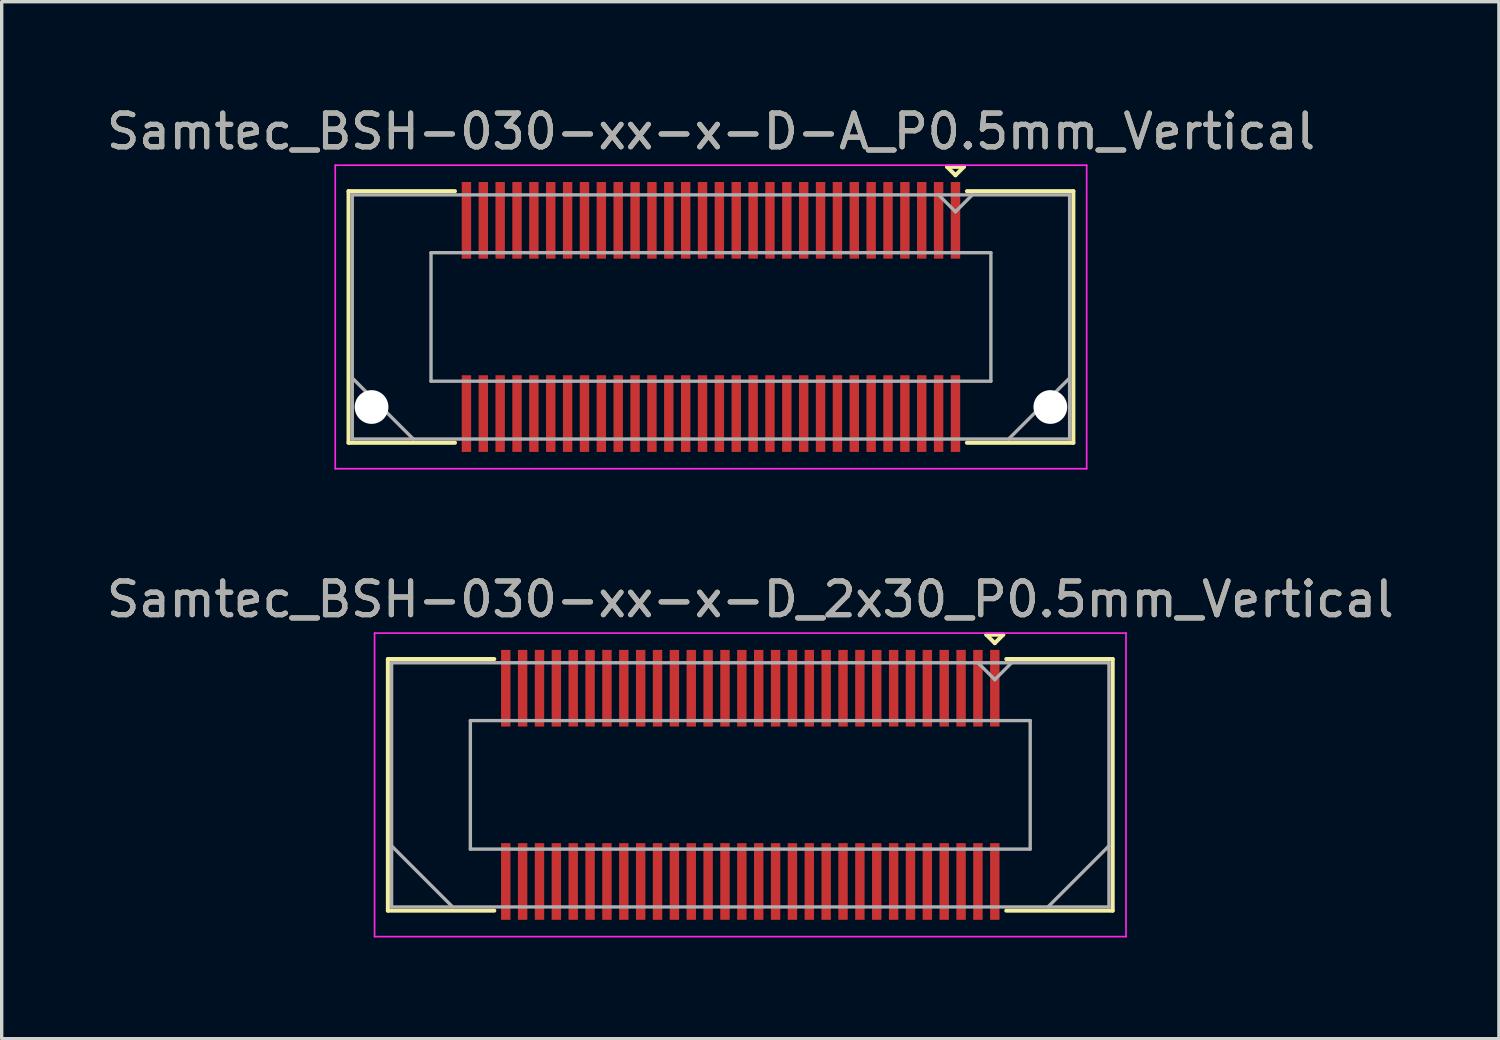
<source format=kicad_pcb>
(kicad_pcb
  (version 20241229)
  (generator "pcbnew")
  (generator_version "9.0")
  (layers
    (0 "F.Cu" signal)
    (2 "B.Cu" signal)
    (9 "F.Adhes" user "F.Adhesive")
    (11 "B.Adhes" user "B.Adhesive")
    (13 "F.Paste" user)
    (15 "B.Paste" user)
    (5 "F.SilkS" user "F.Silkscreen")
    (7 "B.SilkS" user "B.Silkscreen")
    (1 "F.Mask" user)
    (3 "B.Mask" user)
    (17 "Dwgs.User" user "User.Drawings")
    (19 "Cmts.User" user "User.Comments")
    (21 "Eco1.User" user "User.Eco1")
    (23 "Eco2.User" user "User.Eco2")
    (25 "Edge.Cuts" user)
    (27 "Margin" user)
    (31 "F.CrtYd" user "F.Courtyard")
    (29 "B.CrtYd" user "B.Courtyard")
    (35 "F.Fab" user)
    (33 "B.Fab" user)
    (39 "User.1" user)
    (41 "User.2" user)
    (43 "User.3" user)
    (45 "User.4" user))
  (footprint "Samtec_BSH-030-xx-x-D-A_P0.5mm_Vertical"
    (layer "F.Cu")
    (at 18.03 6.348)
    (property "Reference" "Samtec_BSH-030-xx-x-D-A_P0.5mm_Vertical" (at 0 -5.5 0) (layer "F.SilkS") (effects (font (size 1 1) (thickness 0.15))))
    (attr smd)
    (fp_line (start -10.745 -3.73) (end -7.59 -3.73) (stroke (width 0.12) (type solid)) (layer "F.SilkS"))
    (fp_line (start -10.745 3.73) (end -10.745 -3.73) (stroke (width 0.12) (type solid)) (layer "F.SilkS"))
    (fp_line (start -7.59 3.73) (end -10.745 3.73) (stroke (width 0.12) (type solid)) (layer "F.SilkS"))
    (fp_line (start 7 -4.452) (end 7.5 -4.452) (stroke (width 0.12) (type solid)) (layer "F.SilkS"))
    (fp_line (start 7.25 -4.202) (end 7 -4.452) (stroke (width 0.12) (type solid)) (layer "F.SilkS"))
    (fp_line (start 7.5 -4.452) (end 7.25 -4.202) (stroke (width 0.12) (type solid)) (layer "F.SilkS"))
    (fp_line (start 7.59 3.73) (end 10.745 3.73) (stroke (width 0.12) (type solid)) (layer "F.SilkS"))
    (fp_line (start 10.745 -3.73) (end 7.59 -3.73) (stroke (width 0.12) (type solid)) (layer "F.SilkS"))
    (fp_line (start 10.745 3.73) (end 10.745 -3.73) (stroke (width 0.12) (type solid)) (layer "F.SilkS"))
    (fp_line (start -11.14 -4.5) (end -11.14 4.5) (stroke (width 0.05) (type solid)) (layer "F.CrtYd"))
    (fp_line (start -11.14 4.5) (end 11.14 4.5) (stroke (width 0.05) (type solid)) (layer "F.CrtYd"))
    (fp_line (start 11.14 -4.5) (end -11.14 -4.5) (stroke (width 0.05) (type solid)) (layer "F.CrtYd"))
    (fp_line (start 11.14 4.5) (end 11.14 -4.5) (stroke (width 0.05) (type solid)) (layer "F.CrtYd"))
    (fp_line (start -10.635 -3.62) (end -10.635 3.62) (stroke (width 0.1) (type solid)) (layer "F.Fab"))
    (fp_line (start -10.635 1.81) (end -8.825 3.62) (stroke (width 0.1) (type solid)) (layer "F.Fab"))
    (fp_line (start -10.635 3.62) (end 10.635 3.62) (stroke (width 0.1) (type solid)) (layer "F.Fab"))
    (fp_line (start -8.3 -1.905) (end -8.3 1.905) (stroke (width 0.1) (type solid)) (layer "F.Fab"))
    (fp_line (start -8.3 1.905) (end 8.3 1.905) (stroke (width 0.1) (type solid)) (layer "F.Fab"))
    (fp_line (start 7.25 -3.12) (end 6.75 -3.62) (stroke (width 0.1) (type solid)) (layer "F.Fab"))
    (fp_line (start 7.75 -3.62) (end 7.25 -3.12) (stroke (width 0.1) (type solid)) (layer "F.Fab"))
    (fp_line (start 8.3 -1.905) (end -8.3 -1.905) (stroke (width 0.1) (type solid)) (layer "F.Fab"))
    (fp_line (start 8.3 1.905) (end 8.3 -1.905) (stroke (width 0.1) (type solid)) (layer "F.Fab"))
    (fp_line (start 10.635 -3.62) (end -10.635 -3.62) (stroke (width 0.1) (type solid)) (layer "F.Fab"))
    (fp_line (start 10.635 1.81) (end 8.825 3.62) (stroke (width 0.1) (type solid)) (layer "F.Fab"))
    (fp_line (start 10.635 3.62) (end 10.635 -3.62) (stroke (width 0.1) (type solid)) (layer "F.Fab"))
    (fp_text user "${REFERENCE}" (at 0 -5.5 0) (layer "F.Fab") (effects (font (size 1 1) (thickness 0.15))))
    (pad "" np_thru_hole circle (at -10.063 2.67) (size 1 1) (drill 1) (layers "*.Cu" "*.Mask"))
    (pad "" np_thru_hole circle (at 10.063 2.67) (size 1 1) (drill 1) (layers "*.Cu" "*.Mask"))
    (pad "1" smd rect (at 7.25 -2.865) (size 0.279 2.273) (layers "F.Cu" "F.Mask" "F.Paste"))
    (pad "2" smd rect (at 7.25 2.865) (size 0.279 2.273) (layers "F.Cu" "F.Mask" "F.Paste"))
    (pad "3" smd rect (at 6.75 -2.865) (size 0.279 2.273) (layers "F.Cu" "F.Mask" "F.Paste"))
    (pad "4" smd rect (at 6.75 2.865) (size 0.279 2.273) (layers "F.Cu" "F.Mask" "F.Paste"))
    (pad "5" smd rect (at 6.25 -2.865) (size 0.279 2.273) (layers "F.Cu" "F.Mask" "F.Paste"))
    (pad "6" smd rect (at 6.25 2.865) (size 0.279 2.273) (layers "F.Cu" "F.Mask" "F.Paste"))
    (pad "7" smd rect (at 5.75 -2.865) (size 0.279 2.273) (layers "F.Cu" "F.Mask" "F.Paste"))
    (pad "8" smd rect (at 5.75 2.865) (size 0.279 2.273) (layers "F.Cu" "F.Mask" "F.Paste"))
    (pad "9" smd rect (at 5.25 -2.865) (size 0.279 2.273) (layers "F.Cu" "F.Mask" "F.Paste"))
    (pad "10" smd rect (at 5.25 2.865) (size 0.279 2.273) (layers "F.Cu" "F.Mask" "F.Paste"))
    (pad "11" smd rect (at 4.75 -2.865) (size 0.279 2.273) (layers "F.Cu" "F.Mask" "F.Paste"))
    (pad "12" smd rect (at 4.75 2.865) (size 0.279 2.273) (layers "F.Cu" "F.Mask" "F.Paste"))
    (pad "13" smd rect (at 4.25 -2.865) (size 0.279 2.273) (layers "F.Cu" "F.Mask" "F.Paste"))
    (pad "14" smd rect (at 4.25 2.865) (size 0.279 2.273) (layers "F.Cu" "F.Mask" "F.Paste"))
    (pad "15" smd rect (at 3.75 -2.865) (size 0.279 2.273) (layers "F.Cu" "F.Mask" "F.Paste"))
    (pad "16" smd rect (at 3.75 2.865) (size 0.279 2.273) (layers "F.Cu" "F.Mask" "F.Paste"))
    (pad "17" smd rect (at 3.25 -2.865) (size 0.279 2.273) (layers "F.Cu" "F.Mask" "F.Paste"))
    (pad "18" smd rect (at 3.25 2.865) (size 0.279 2.273) (layers "F.Cu" "F.Mask" "F.Paste"))
    (pad "19" smd rect (at 2.75 -2.865) (size 0.279 2.273) (layers "F.Cu" "F.Mask" "F.Paste"))
    (pad "20" smd rect (at 2.75 2.865) (size 0.279 2.273) (layers "F.Cu" "F.Mask" "F.Paste"))
    (pad "21" smd rect (at 2.25 -2.865) (size 0.279 2.273) (layers "F.Cu" "F.Mask" "F.Paste"))
    (pad "22" smd rect (at 2.25 2.865) (size 0.279 2.273) (layers "F.Cu" "F.Mask" "F.Paste"))
    (pad "23" smd rect (at 1.75 -2.865) (size 0.279 2.273) (layers "F.Cu" "F.Mask" "F.Paste"))
    (pad "24" smd rect (at 1.75 2.865) (size 0.279 2.273) (layers "F.Cu" "F.Mask" "F.Paste"))
    (pad "25" smd rect (at 1.25 -2.865) (size 0.279 2.273) (layers "F.Cu" "F.Mask" "F.Paste"))
    (pad "26" smd rect (at 1.25 2.865) (size 0.279 2.273) (layers "F.Cu" "F.Mask" "F.Paste"))
    (pad "27" smd rect (at 0.75 -2.865) (size 0.279 2.273) (layers "F.Cu" "F.Mask" "F.Paste"))
    (pad "28" smd rect (at 0.75 2.865) (size 0.279 2.273) (layers "F.Cu" "F.Mask" "F.Paste"))
    (pad "29" smd rect (at 0.25 -2.865) (size 0.279 2.273) (layers "F.Cu" "F.Mask" "F.Paste"))
    (pad "30" smd rect (at 0.25 2.865) (size 0.279 2.273) (layers "F.Cu" "F.Mask" "F.Paste"))
    (pad "31" smd rect (at -0.25 -2.865) (size 0.279 2.273) (layers "F.Cu" "F.Mask" "F.Paste"))
    (pad "32" smd rect (at -0.25 2.865) (size 0.279 2.273) (layers "F.Cu" "F.Mask" "F.Paste"))
    (pad "33" smd rect (at -0.75 -2.865) (size 0.279 2.273) (layers "F.Cu" "F.Mask" "F.Paste"))
    (pad "34" smd rect (at -0.75 2.865) (size 0.279 2.273) (layers "F.Cu" "F.Mask" "F.Paste"))
    (pad "35" smd rect (at -1.25 -2.865) (size 0.279 2.273) (layers "F.Cu" "F.Mask" "F.Paste"))
    (pad "36" smd rect (at -1.25 2.865) (size 0.279 2.273) (layers "F.Cu" "F.Mask" "F.Paste"))
    (pad "37" smd rect (at -1.75 -2.865) (size 0.279 2.273) (layers "F.Cu" "F.Mask" "F.Paste"))
    (pad "38" smd rect (at -1.75 2.865) (size 0.279 2.273) (layers "F.Cu" "F.Mask" "F.Paste"))
    (pad "39" smd rect (at -2.25 -2.865) (size 0.279 2.273) (layers "F.Cu" "F.Mask" "F.Paste"))
    (pad "40" smd rect (at -2.25 2.865) (size 0.279 2.273) (layers "F.Cu" "F.Mask" "F.Paste"))
    (pad "41" smd rect (at -2.75 -2.865) (size 0.279 2.273) (layers "F.Cu" "F.Mask" "F.Paste"))
    (pad "42" smd rect (at -2.75 2.865) (size 0.279 2.273) (layers "F.Cu" "F.Mask" "F.Paste"))
    (pad "43" smd rect (at -3.25 -2.865) (size 0.279 2.273) (layers "F.Cu" "F.Mask" "F.Paste"))
    (pad "44" smd rect (at -3.25 2.865) (size 0.279 2.273) (layers "F.Cu" "F.Mask" "F.Paste"))
    (pad "45" smd rect (at -3.75 -2.865) (size 0.279 2.273) (layers "F.Cu" "F.Mask" "F.Paste"))
    (pad "46" smd rect (at -3.75 2.865) (size 0.279 2.273) (layers "F.Cu" "F.Mask" "F.Paste"))
    (pad "47" smd rect (at -4.25 -2.865) (size 0.279 2.273) (layers "F.Cu" "F.Mask" "F.Paste"))
    (pad "48" smd rect (at -4.25 2.865) (size 0.279 2.273) (layers "F.Cu" "F.Mask" "F.Paste"))
    (pad "49" smd rect (at -4.75 -2.865) (size 0.279 2.273) (layers "F.Cu" "F.Mask" "F.Paste"))
    (pad "50" smd rect (at -4.75 2.865) (size 0.279 2.273) (layers "F.Cu" "F.Mask" "F.Paste"))
    (pad "51" smd rect (at -5.25 -2.865) (size 0.279 2.273) (layers "F.Cu" "F.Mask" "F.Paste"))
    (pad "52" smd rect (at -5.25 2.865) (size 0.279 2.273) (layers "F.Cu" "F.Mask" "F.Paste"))
    (pad "53" smd rect (at -5.75 -2.865) (size 0.279 2.273) (layers "F.Cu" "F.Mask" "F.Paste"))
    (pad "54" smd rect (at -5.75 2.865) (size 0.279 2.273) (layers "F.Cu" "F.Mask" "F.Paste"))
    (pad "55" smd rect (at -6.25 -2.865) (size 0.279 2.273) (layers "F.Cu" "F.Mask" "F.Paste"))
    (pad "56" smd rect (at -6.25 2.865) (size 0.279 2.273) (layers "F.Cu" "F.Mask" "F.Paste"))
    (pad "57" smd rect (at -6.75 -2.865) (size 0.279 2.273) (layers "F.Cu" "F.Mask" "F.Paste"))
    (pad "58" smd rect (at -6.75 2.865) (size 0.279 2.273) (layers "F.Cu" "F.Mask" "F.Paste"))
    (pad "59" smd rect (at -7.25 -2.865) (size 0.279 2.273) (layers "F.Cu" "F.Mask" "F.Paste"))
    (pad "60" smd rect (at -7.25 2.865) (size 0.279 2.273) (layers "F.Cu" "F.Mask" "F.Paste")))
  (footprint "Samtec_BSH-030-xx-x-D_2x30_P0.5mm_Vertical"
    (layer "F.Cu")
    (at 19.196 20.221)
    (property "Reference" "Samtec_BSH-030-xx-x-D_2x30_P0.5mm_Vertical" (at 0 -5.5 0) (layer "F.SilkS") (effects (font (size 1 1) (thickness 0.15))))
    (attr smd)
    (fp_line (start -10.745 -3.73) (end -7.59 -3.73) (stroke (width 0.12) (type solid)) (layer "F.SilkS"))
    (fp_line (start -10.745 3.73) (end -10.745 -3.73) (stroke (width 0.12) (type solid)) (layer "F.SilkS"))
    (fp_line (start -7.59 3.73) (end -10.745 3.73) (stroke (width 0.12) (type solid)) (layer "F.SilkS"))
    (fp_line (start 7 -4.452) (end 7.5 -4.452) (stroke (width 0.12) (type solid)) (layer "F.SilkS"))
    (fp_line (start 7.25 -4.202) (end 7 -4.452) (stroke (width 0.12) (type solid)) (layer "F.SilkS"))
    (fp_line (start 7.5 -4.452) (end 7.25 -4.202) (stroke (width 0.12) (type solid)) (layer "F.SilkS"))
    (fp_line (start 7.59 3.73) (end 10.745 3.73) (stroke (width 0.12) (type solid)) (layer "F.SilkS"))
    (fp_line (start 10.745 -3.73) (end 7.59 -3.73) (stroke (width 0.12) (type solid)) (layer "F.SilkS"))
    (fp_line (start 10.745 3.73) (end 10.745 -3.73) (stroke (width 0.12) (type solid)) (layer "F.SilkS"))
    (fp_line (start -11.14 -4.5) (end -11.14 4.5) (stroke (width 0.05) (type solid)) (layer "F.CrtYd"))
    (fp_line (start -11.14 4.5) (end 11.14 4.5) (stroke (width 0.05) (type solid)) (layer "F.CrtYd"))
    (fp_line (start 11.14 -4.5) (end -11.14 -4.5) (stroke (width 0.05) (type solid)) (layer "F.CrtYd"))
    (fp_line (start 11.14 4.5) (end 11.14 -4.5) (stroke (width 0.05) (type solid)) (layer "F.CrtYd"))
    (fp_line (start -10.635 -3.62) (end -10.635 3.62) (stroke (width 0.1) (type solid)) (layer "F.Fab"))
    (fp_line (start -10.635 1.81) (end -8.825 3.62) (stroke (width 0.1) (type solid)) (layer "F.Fab"))
    (fp_line (start -10.635 3.62) (end 10.635 3.62) (stroke (width 0.1) (type solid)) (layer "F.Fab"))
    (fp_line (start -8.3 -1.905) (end -8.3 1.905) (stroke (width 0.1) (type solid)) (layer "F.Fab"))
    (fp_line (start -8.3 1.905) (end 8.3 1.905) (stroke (width 0.1) (type solid)) (layer "F.Fab"))
    (fp_line (start 7.25 -3.12) (end 6.75 -3.62) (stroke (width 0.1) (type solid)) (layer "F.Fab"))
    (fp_line (start 7.75 -3.62) (end 7.25 -3.12) (stroke (width 0.1) (type solid)) (layer "F.Fab"))
    (fp_line (start 8.3 -1.905) (end -8.3 -1.905) (stroke (width 0.1) (type solid)) (layer "F.Fab"))
    (fp_line (start 8.3 1.905) (end 8.3 -1.905) (stroke (width 0.1) (type solid)) (layer "F.Fab"))
    (fp_line (start 10.635 -3.62) (end -10.635 -3.62) (stroke (width 0.1) (type solid)) (layer "F.Fab"))
    (fp_line (start 10.635 1.81) (end 8.825 3.62) (stroke (width 0.1) (type solid)) (layer "F.Fab"))
    (fp_line (start 10.635 3.62) (end 10.635 -3.62) (stroke (width 0.1) (type solid)) (layer "F.Fab"))
    (fp_text user "${REFERENCE}" (at 0 -5.5 0) (layer "F.Fab") (effects (font (size 1 1) (thickness 0.15))))
    (pad "1" smd rect (at 7.25 -2.865) (size 0.279 2.273) (layers "F.Cu" "F.Mask" "F.Paste"))
    (pad "2" smd rect (at 7.25 2.865) (size 0.279 2.273) (layers "F.Cu" "F.Mask" "F.Paste"))
    (pad "3" smd rect (at 6.75 -2.865) (size 0.279 2.273) (layers "F.Cu" "F.Mask" "F.Paste"))
    (pad "4" smd rect (at 6.75 2.865) (size 0.279 2.273) (layers "F.Cu" "F.Mask" "F.Paste"))
    (pad "5" smd rect (at 6.25 -2.865) (size 0.279 2.273) (layers "F.Cu" "F.Mask" "F.Paste"))
    (pad "6" smd rect (at 6.25 2.865) (size 0.279 2.273) (layers "F.Cu" "F.Mask" "F.Paste"))
    (pad "7" smd rect (at 5.75 -2.865) (size 0.279 2.273) (layers "F.Cu" "F.Mask" "F.Paste"))
    (pad "8" smd rect (at 5.75 2.865) (size 0.279 2.273) (layers "F.Cu" "F.Mask" "F.Paste"))
    (pad "9" smd rect (at 5.25 -2.865) (size 0.279 2.273) (layers "F.Cu" "F.Mask" "F.Paste"))
    (pad "10" smd rect (at 5.25 2.865) (size 0.279 2.273) (layers "F.Cu" "F.Mask" "F.Paste"))
    (pad "11" smd rect (at 4.75 -2.865) (size 0.279 2.273) (layers "F.Cu" "F.Mask" "F.Paste"))
    (pad "12" smd rect (at 4.75 2.865) (size 0.279 2.273) (layers "F.Cu" "F.Mask" "F.Paste"))
    (pad "13" smd rect (at 4.25 -2.865) (size 0.279 2.273) (layers "F.Cu" "F.Mask" "F.Paste"))
    (pad "14" smd rect (at 4.25 2.865) (size 0.279 2.273) (layers "F.Cu" "F.Mask" "F.Paste"))
    (pad "15" smd rect (at 3.75 -2.865) (size 0.279 2.273) (layers "F.Cu" "F.Mask" "F.Paste"))
    (pad "16" smd rect (at 3.75 2.865) (size 0.279 2.273) (layers "F.Cu" "F.Mask" "F.Paste"))
    (pad "17" smd rect (at 3.25 -2.865) (size 0.279 2.273) (layers "F.Cu" "F.Mask" "F.Paste"))
    (pad "18" smd rect (at 3.25 2.865) (size 0.279 2.273) (layers "F.Cu" "F.Mask" "F.Paste"))
    (pad "19" smd rect (at 2.75 -2.865) (size 0.279 2.273) (layers "F.Cu" "F.Mask" "F.Paste"))
    (pad "20" smd rect (at 2.75 2.865) (size 0.279 2.273) (layers "F.Cu" "F.Mask" "F.Paste"))
    (pad "21" smd rect (at 2.25 -2.865) (size 0.279 2.273) (layers "F.Cu" "F.Mask" "F.Paste"))
    (pad "22" smd rect (at 2.25 2.865) (size 0.279 2.273) (layers "F.Cu" "F.Mask" "F.Paste"))
    (pad "23" smd rect (at 1.75 -2.865) (size 0.279 2.273) (layers "F.Cu" "F.Mask" "F.Paste"))
    (pad "24" smd rect (at 1.75 2.865) (size 0.279 2.273) (layers "F.Cu" "F.Mask" "F.Paste"))
    (pad "25" smd rect (at 1.25 -2.865) (size 0.279 2.273) (layers "F.Cu" "F.Mask" "F.Paste"))
    (pad "26" smd rect (at 1.25 2.865) (size 0.279 2.273) (layers "F.Cu" "F.Mask" "F.Paste"))
    (pad "27" smd rect (at 0.75 -2.865) (size 0.279 2.273) (layers "F.Cu" "F.Mask" "F.Paste"))
    (pad "28" smd rect (at 0.75 2.865) (size 0.279 2.273) (layers "F.Cu" "F.Mask" "F.Paste"))
    (pad "29" smd rect (at 0.25 -2.865) (size 0.279 2.273) (layers "F.Cu" "F.Mask" "F.Paste"))
    (pad "30" smd rect (at 0.25 2.865) (size 0.279 2.273) (layers "F.Cu" "F.Mask" "F.Paste"))
    (pad "31" smd rect (at -0.25 -2.865) (size 0.279 2.273) (layers "F.Cu" "F.Mask" "F.Paste"))
    (pad "32" smd rect (at -0.25 2.865) (size 0.279 2.273) (layers "F.Cu" "F.Mask" "F.Paste"))
    (pad "33" smd rect (at -0.75 -2.865) (size 0.279 2.273) (layers "F.Cu" "F.Mask" "F.Paste"))
    (pad "34" smd rect (at -0.75 2.865) (size 0.279 2.273) (layers "F.Cu" "F.Mask" "F.Paste"))
    (pad "35" smd rect (at -1.25 -2.865) (size 0.279 2.273) (layers "F.Cu" "F.Mask" "F.Paste"))
    (pad "36" smd rect (at -1.25 2.865) (size 0.279 2.273) (layers "F.Cu" "F.Mask" "F.Paste"))
    (pad "37" smd rect (at -1.75 -2.865) (size 0.279 2.273) (layers "F.Cu" "F.Mask" "F.Paste"))
    (pad "38" smd rect (at -1.75 2.865) (size 0.279 2.273) (layers "F.Cu" "F.Mask" "F.Paste"))
    (pad "39" smd rect (at -2.25 -2.865) (size 0.279 2.273) (layers "F.Cu" "F.Mask" "F.Paste"))
    (pad "40" smd rect (at -2.25 2.865) (size 0.279 2.273) (layers "F.Cu" "F.Mask" "F.Paste"))
    (pad "41" smd rect (at -2.75 -2.865) (size 0.279 2.273) (layers "F.Cu" "F.Mask" "F.Paste"))
    (pad "42" smd rect (at -2.75 2.865) (size 0.279 2.273) (layers "F.Cu" "F.Mask" "F.Paste"))
    (pad "43" smd rect (at -3.25 -2.865) (size 0.279 2.273) (layers "F.Cu" "F.Mask" "F.Paste"))
    (pad "44" smd rect (at -3.25 2.865) (size 0.279 2.273) (layers "F.Cu" "F.Mask" "F.Paste"))
    (pad "45" smd rect (at -3.75 -2.865) (size 0.279 2.273) (layers "F.Cu" "F.Mask" "F.Paste"))
    (pad "46" smd rect (at -3.75 2.865) (size 0.279 2.273) (layers "F.Cu" "F.Mask" "F.Paste"))
    (pad "47" smd rect (at -4.25 -2.865) (size 0.279 2.273) (layers "F.Cu" "F.Mask" "F.Paste"))
    (pad "48" smd rect (at -4.25 2.865) (size 0.279 2.273) (layers "F.Cu" "F.Mask" "F.Paste"))
    (pad "49" smd rect (at -4.75 -2.865) (size 0.279 2.273) (layers "F.Cu" "F.Mask" "F.Paste"))
    (pad "50" smd rect (at -4.75 2.865) (size 0.279 2.273) (layers "F.Cu" "F.Mask" "F.Paste"))
    (pad "51" smd rect (at -5.25 -2.865) (size 0.279 2.273) (layers "F.Cu" "F.Mask" "F.Paste"))
    (pad "52" smd rect (at -5.25 2.865) (size 0.279 2.273) (layers "F.Cu" "F.Mask" "F.Paste"))
    (pad "53" smd rect (at -5.75 -2.865) (size 0.279 2.273) (layers "F.Cu" "F.Mask" "F.Paste"))
    (pad "54" smd rect (at -5.75 2.865) (size 0.279 2.273) (layers "F.Cu" "F.Mask" "F.Paste"))
    (pad "55" smd rect (at -6.25 -2.865) (size 0.279 2.273) (layers "F.Cu" "F.Mask" "F.Paste"))
    (pad "56" smd rect (at -6.25 2.865) (size 0.279 2.273) (layers "F.Cu" "F.Mask" "F.Paste"))
    (pad "57" smd rect (at -6.75 -2.865) (size 0.279 2.273) (layers "F.Cu" "F.Mask" "F.Paste"))
    (pad "58" smd rect (at -6.75 2.865) (size 0.279 2.273) (layers "F.Cu" "F.Mask" "F.Paste"))
    (pad "59" smd rect (at -7.25 -2.865) (size 0.279 2.273) (layers "F.Cu" "F.Mask" "F.Paste"))
    (pad "60" smd rect (at -7.25 2.865) (size 0.279 2.273) (layers "F.Cu" "F.Mask" "F.Paste")))
  (gr_rect
    (start -3 -3)
    (end 41.393 27.747)
    (stroke (width 0.1) (type default))
    (fill no)
    (layer "Edge.Cuts")))
</source>
